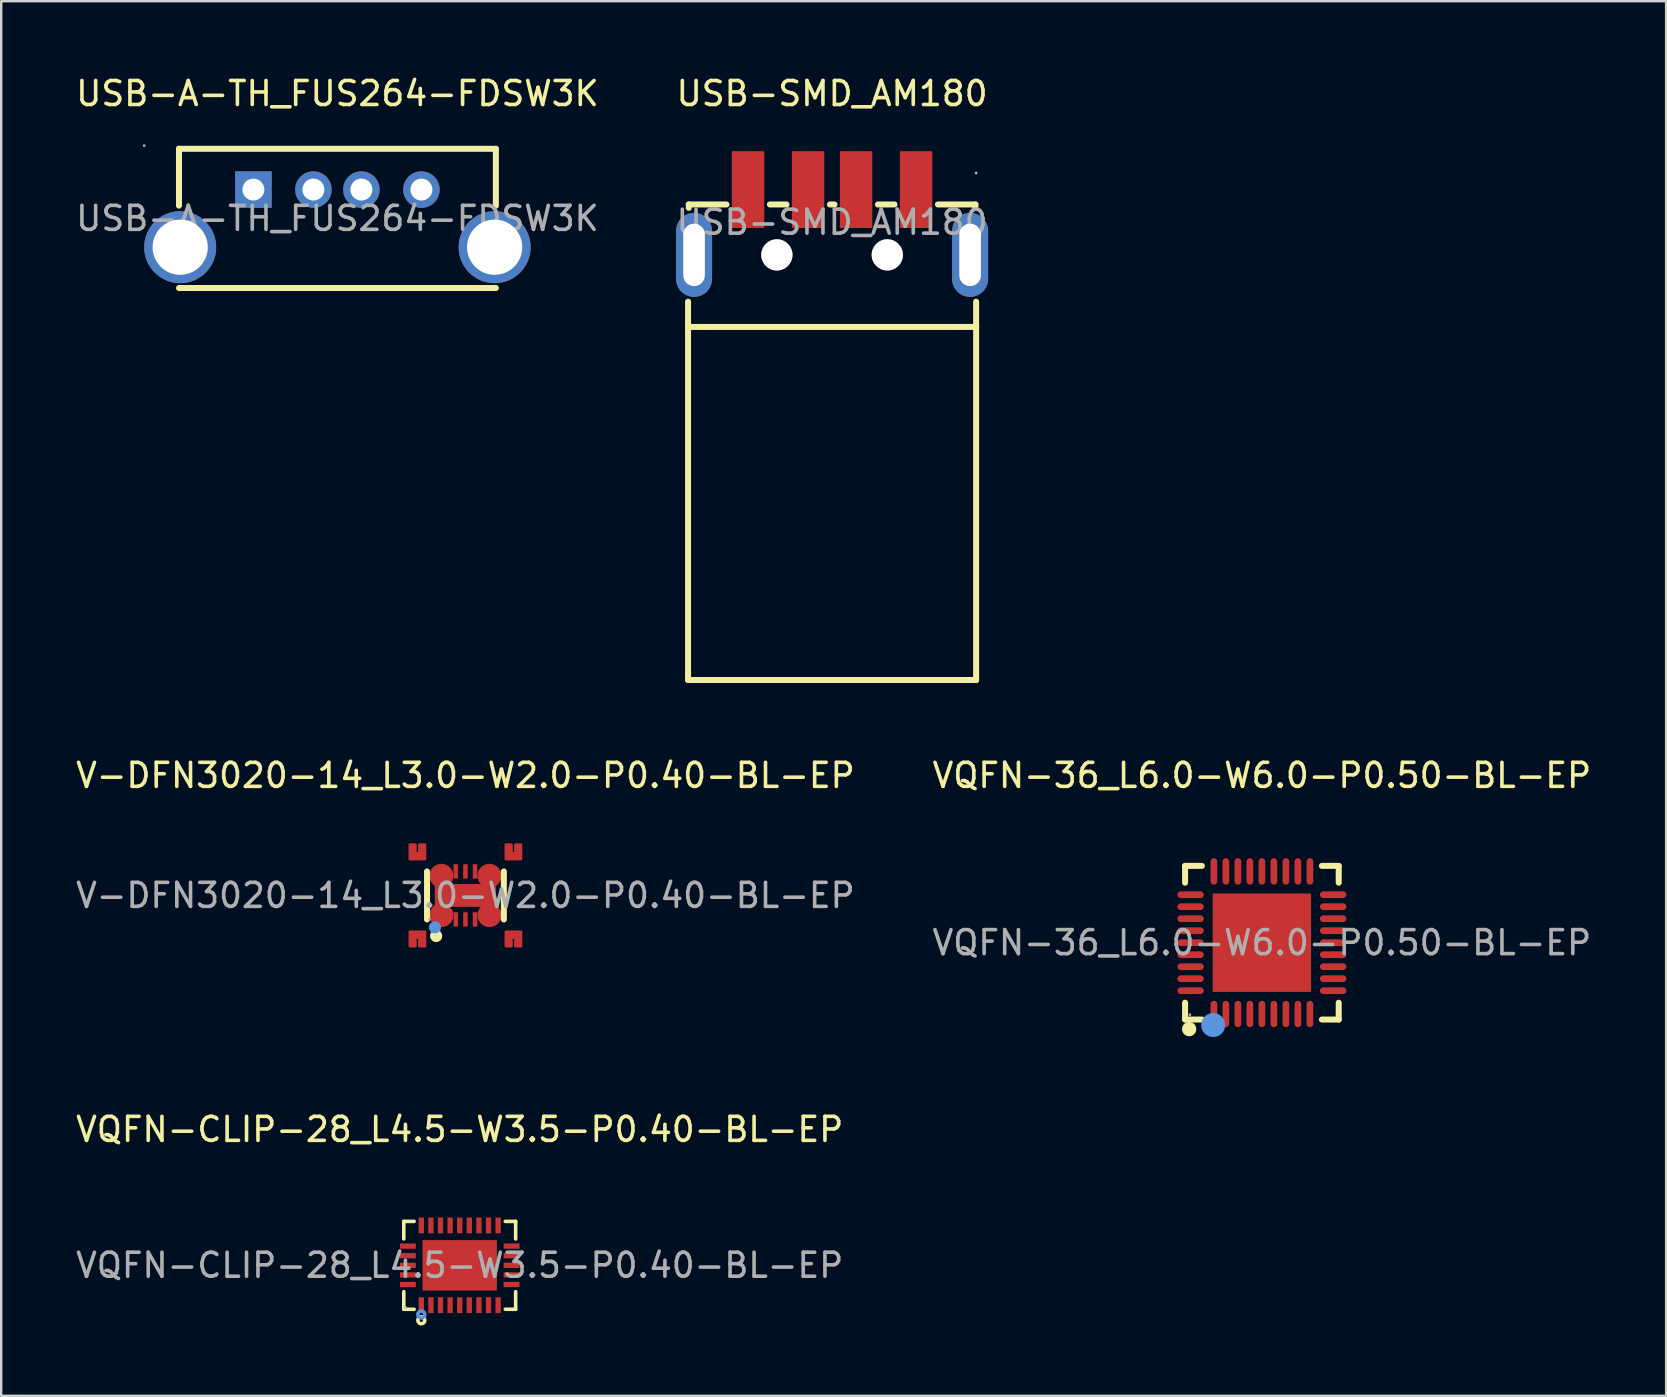
<source format=kicad_pcb>
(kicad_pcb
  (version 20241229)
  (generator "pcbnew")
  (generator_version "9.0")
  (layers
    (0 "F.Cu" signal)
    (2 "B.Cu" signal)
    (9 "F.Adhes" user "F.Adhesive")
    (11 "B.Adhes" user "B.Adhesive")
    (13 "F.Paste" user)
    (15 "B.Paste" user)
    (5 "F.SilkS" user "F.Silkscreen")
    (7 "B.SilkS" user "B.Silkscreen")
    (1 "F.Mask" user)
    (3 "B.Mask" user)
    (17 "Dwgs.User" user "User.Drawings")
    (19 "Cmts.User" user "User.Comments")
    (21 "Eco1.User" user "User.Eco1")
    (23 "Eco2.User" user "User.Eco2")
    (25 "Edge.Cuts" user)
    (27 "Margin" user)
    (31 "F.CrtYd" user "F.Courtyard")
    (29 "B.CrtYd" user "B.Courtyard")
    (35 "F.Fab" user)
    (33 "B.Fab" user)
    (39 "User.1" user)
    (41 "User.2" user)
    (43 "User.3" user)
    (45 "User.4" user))
  (footprint "USB-A-TH_FUS264-FDSW3K"
    (layer "F.Cu")
    (at 11.006 6.048)
    (property "Reference" "USB-A-TH_FUS264-FDSW3K" (at 0 -5.2 0) (layer "F.SilkS") (effects (font (size 1 1) (thickness 0.15))))
    (attr smd)
    (fp_line (start -6.6 -2.9) (end -6.6 -0.53) (stroke (width 0.25) (type solid)) (layer "F.SilkS"))
    (fp_line (start 6.6 -2.9) (end -6.6 -2.9) (stroke (width 0.25) (type solid)) (layer "F.SilkS"))
    (fp_line (start 6.6 -2.9) (end 6.6 -0.53) (stroke (width 0.25) (type solid)) (layer "F.SilkS"))
    (fp_line (start 6.6 2.9) (end -6.6 2.9) (stroke (width 0.25) (type solid)) (layer "F.SilkS"))
    (fp_circle (center -8.05 -3.03) (end -8.02 -3.03) (stroke (width 0.06) (type solid)) (fill no) (layer "F.Fab"))
    (fp_circle (center -6.55 1.2) (end -6.02 1.2) (stroke (width 1.05) (type solid)) (fill no) (layer "F.Fab"))
    (fp_circle (center -3.5 -1.2) (end -3.32 -1.2) (stroke (width 0.36) (type solid)) (fill no) (layer "F.Fab"))
    (fp_circle (center -1 -1.2) (end -0.82 -1.2) (stroke (width 0.36) (type solid)) (fill no) (layer "F.Fab"))
    (fp_circle (center 1 -1.2) (end 1.18 -1.2) (stroke (width 0.36) (type solid)) (fill no) (layer "F.Fab"))
    (fp_circle (center 3.5 -1.2) (end 3.68 -1.2) (stroke (width 0.36) (type solid)) (fill no) (layer "F.Fab"))
    (fp_circle (center 6.55 1.2) (end 7.08 1.2) (stroke (width 1.05) (type solid)) (fill no) (layer "F.Fab"))
    (fp_text user "${REFERENCE}" (at 0 0 0) (layer "F.Fab") (effects (font (size 1 1) (thickness 0.15))))
    (pad "1" thru_hole rect (at -3.5 -1.2) (size 1.52 1.52) (drill 0.914) (layers "*.Cu" "*.Paste" "*.Mask"))
    (pad "2" thru_hole circle (at -1 -1.2) (size 1.52 1.52) (drill 0.914) (layers "*.Cu" "*.Paste" "*.Mask"))
    (pad "3" thru_hole circle (at 1 -1.2) (size 1.52 1.52) (drill 0.914) (layers "*.Cu" "*.Paste" "*.Mask"))
    (pad "4" thru_hole circle (at 3.5 -1.2) (size 1.52 1.52) (drill 0.914) (layers "*.Cu" "*.Paste" "*.Mask"))
    (pad "5" thru_hole circle (at -6.55 1.2) (size 3 3) (drill 2.3) (layers "*.Cu" "*.Paste" "*.Mask"))
    (pad "6" thru_hole circle (at 6.55 1.2) (size 3 3) (drill 2.3) (layers "*.Cu" "*.Paste" "*.Mask")))
  (footprint "V-DFN3020-14_L3.0-W2.0-P0.40-BL-EP"
    (layer "F.Cu")
    (at 16.339 34.252)
    (property "Reference" "V-DFN3020-14_L3.0-W2.0-P0.40-BL-EP" (at 0 -5 0) (layer "F.SilkS") (effects (font (size 1 1) (thickness 0.15))))
    (attr smd)
    (fp_line (start -1.6 -1) (end -1.6 1) (stroke (width 0.25) (type solid)) (layer "F.SilkS"))
    (fp_line (start 1.6 -1) (end 1.6 1) (stroke (width 0.25) (type solid)) (layer "F.SilkS"))
    (fp_circle (center -1.22 1.69) (end -1.09 1.69) (stroke (width 0.25) (type solid)) (fill no) (layer "F.SilkS"))
    (fp_circle (center -1.27 1.33) (end -1.14 1.33) (stroke (width 0.25) (type solid)) (fill no) (layer "Cmts.User"))
    (fp_circle (center -1.5 1) (end -1.47 1) (stroke (width 0.06) (type solid)) (fill no) (layer "F.Fab"))
    (fp_text user "${REFERENCE}" (at 0 0 0) (layer "F.Fab") (effects (font (size 1 1) (thickness 0.15))))
    (pad "1" smd custom (at -1 0.82) (size 1 1) (layers "F.Cu" "F.Mask" "F.Paste") (options (anchor circle)) (primitives (gr_poly (pts (xy -1.32 0.69) (xy -1.32 1.3) (xy -1.08 1.3) (xy -1.08 0.94) (xy -0.92 0.94) (xy -0.92 1.3) (xy -0.68 1.3) (xy -0.68 0.7) (xy -0.68 0.69)) (width 0.1) (fill yes))))
    (pad "3" smd rect (at -0.4 1) (size 0.19 0.6) (layers "F.Cu" "F.Mask" "F.Paste"))
    (pad "4" smd rect (at 0 1) (size 0.19 0.6) (layers "F.Cu" "F.Mask" "F.Paste"))
    (pad "5" smd rect (at 0.4 1) (size 0.19 0.6) (layers "F.Cu" "F.Mask" "F.Paste"))
    (pad "6" smd custom (at 1 0.82) (size 1 1) (layers "F.Cu" "F.Mask" "F.Paste") (options (anchor circle)) (primitives (gr_poly (pts (xy 0.68 0.69) (xy 0.68 0.94) (xy 0.68 1.3) (xy 0.92 1.3) (xy 0.92 0.94) (xy 1.08 0.94) (xy 1.08 1.3) (xy 1.32 1.3) (xy 1.32 0.7) (xy 1.32 0.69)) (width 0.1) (fill yes))))
    (pad "8" smd custom (at 1 -0.82) (size 1 1) (layers "F.Cu" "F.Mask" "F.Paste") (options (anchor circle)) (primitives (gr_poly (pts (xy 1.08 -1.3) (xy 1.08 -0.94) (xy 0.92 -0.94) (xy 0.92 -1.3) (xy 0.68 -1.3) (xy 0.68 -0.94) (xy 0.68 -0.69) (xy 1.32 -0.69) (xy 1.32 -0.7) (xy 1.32 -1.3)) (width 0.1) (fill yes))))
    (pad "10" smd rect (at 0.4 -1) (size 0.19 0.6) (layers "F.Cu" "F.Mask" "F.Paste"))
    (pad "11" smd rect (at 0 -1) (size 0.19 0.6) (layers "F.Cu" "F.Mask" "F.Paste"))
    (pad "12" smd rect (at -0.4 -1) (size 0.19 0.6) (layers "F.Cu" "F.Mask" "F.Paste"))
    (pad "14" smd custom (at -1 -0.82) (size 1 1) (layers "F.Cu" "F.Mask" "F.Paste") (options (anchor circle)) (primitives (gr_poly (pts (xy -0.92 -1.3) (xy -0.92 -0.94) (xy -1.08 -0.94) (xy -1.08 -1.3) (xy -1.32 -1.3) (xy -1.32 -0.7) (xy -1.32 -0.69) (xy -0.68 -0.69) (xy -0.68 -0.94) (xy -0.68 -1.3)) (width 0.1) (fill yes))))
    (pad "15" smd rect (at 0 0 90) (size 0.95 2.55) (layers "F.Cu" "F.Mask" "F.Paste")))
  (footprint "VQFN-36_L6.0-W6.0-P0.50-BL-EP"
    (layer "F.Cu")
    (at 49.518 36.221)
    (property "Reference" "VQFN-36_L6.0-W6.0-P0.50-BL-EP" (at 0 -6.97 0) (layer "F.SilkS") (effects (font (size 1 1) (thickness 0.15))))
    (attr smd)
    (fp_line (start -3.2 -3.2) (end -2.5 -3.2) (stroke (width 0.25) (type solid)) (layer "F.SilkS"))
    (fp_line (start -3.2 -2.5) (end -3.2 -3.2) (stroke (width 0.25) (type solid)) (layer "F.SilkS"))
    (fp_line (start -3.2 3.2) (end -3.2 2.5) (stroke (width 0.25) (type solid)) (layer "F.SilkS"))
    (fp_line (start -2.5 3.2) (end -3.2 3.2) (stroke (width 0.25) (type solid)) (layer "F.SilkS"))
    (fp_line (start 3.2 -3.2) (end 2.5 -3.2) (stroke (width 0.25) (type solid)) (layer "F.SilkS"))
    (fp_line (start 3.2 -2.5) (end 3.2 -3.2) (stroke (width 0.25) (type solid)) (layer "F.SilkS"))
    (fp_line (start 3.2 2.5) (end 3.2 3.2) (stroke (width 0.25) (type solid)) (layer "F.SilkS"))
    (fp_line (start 3.2 3.2) (end 2.5 3.2) (stroke (width 0.25) (type solid)) (layer "F.SilkS"))
    (fp_arc (start -3.03 3.6) (mid -3.03 3.6) (end -3.03 3.6) (stroke (width 0.3) (type solid)) (layer "F.SilkS"))
    (fp_circle (center -2.03 3.43) (end -1.78 3.43) (stroke (width 0.5) (type solid)) (fill no) (layer "Cmts.User"))
    (fp_circle (center -3 3) (end -2.97 3) (stroke (width 0.06) (type solid)) (fill no) (layer "F.Fab"))
    (fp_text user "${REFERENCE}" (at 0 0 0) (layer "F.Fab") (effects (font (size 1 1) (thickness 0.15))))
    (pad "1" smd oval (at -2 2.97) (size 0.28 1.1) (layers "F.Cu" "F.Mask" "F.Paste"))
    (pad "2" smd oval (at -1.5 2.97) (size 0.28 1.1) (layers "F.Cu" "F.Mask" "F.Paste"))
    (pad "3" smd oval (at -1 2.97) (size 0.28 1.1) (layers "F.Cu" "F.Mask" "F.Paste"))
    (pad "4" smd oval (at -0.5 2.97) (size 0.28 1.1) (layers "F.Cu" "F.Mask" "F.Paste"))
    (pad "5" smd oval (at 0 2.97) (size 0.28 1.1) (layers "F.Cu" "F.Mask" "F.Paste"))
    (pad "6" smd oval (at 0.5 2.97) (size 0.28 1.1) (layers "F.Cu" "F.Mask" "F.Paste"))
    (pad "7" smd oval (at 1 2.97) (size 0.28 1.1) (layers "F.Cu" "F.Mask" "F.Paste"))
    (pad "8" smd oval (at 1.5 2.97) (size 0.28 1.1) (layers "F.Cu" "F.Mask" "F.Paste"))
    (pad "9" smd oval (at 2 2.97) (size 0.28 1.1) (layers "F.Cu" "F.Mask" "F.Paste"))
    (pad "10" smd oval (at 2.97 2 90) (size 0.28 1.1) (layers "F.Cu" "F.Mask" "F.Paste"))
    (pad "11" smd oval (at 2.97 1.5 90) (size 0.28 1.1) (layers "F.Cu" "F.Mask" "F.Paste"))
    (pad "12" smd oval (at 2.97 1 90) (size 0.28 1.1) (layers "F.Cu" "F.Mask" "F.Paste"))
    (pad "13" smd oval (at 2.97 0.5 90) (size 0.28 1.1) (layers "F.Cu" "F.Mask" "F.Paste"))
    (pad "14" smd oval (at 2.97 0 90) (size 0.28 1.1) (layers "F.Cu" "F.Mask" "F.Paste"))
    (pad "15" smd oval (at 2.97 -0.5 90) (size 0.28 1.1) (layers "F.Cu" "F.Mask" "F.Paste"))
    (pad "16" smd oval (at 2.97 -1 90) (size 0.28 1.1) (layers "F.Cu" "F.Mask" "F.Paste"))
    (pad "17" smd oval (at 2.97 -1.5 90) (size 0.28 1.1) (layers "F.Cu" "F.Mask" "F.Paste"))
    (pad "18" smd oval (at 2.97 -2 90) (size 0.28 1.1) (layers "F.Cu" "F.Mask" "F.Paste"))
    (pad "19" smd oval (at 2 -2.97 180) (size 0.28 1.1) (layers "F.Cu" "F.Mask" "F.Paste"))
    (pad "20" smd oval (at 1.5 -2.97 180) (size 0.28 1.1) (layers "F.Cu" "F.Mask" "F.Paste"))
    (pad "21" smd oval (at 1 -2.97 180) (size 0.28 1.1) (layers "F.Cu" "F.Mask" "F.Paste"))
    (pad "22" smd oval (at 0.5 -2.97 180) (size 0.28 1.1) (layers "F.Cu" "F.Mask" "F.Paste"))
    (pad "23" smd oval (at 0 -2.97 180) (size 0.28 1.1) (layers "F.Cu" "F.Mask" "F.Paste"))
    (pad "24" smd oval (at -0.5 -2.97 180) (size 0.28 1.1) (layers "F.Cu" "F.Mask" "F.Paste"))
    (pad "25" smd oval (at -1 -2.97 180) (size 0.28 1.1) (layers "F.Cu" "F.Mask" "F.Paste"))
    (pad "26" smd oval (at -1.5 -2.97 180) (size 0.28 1.1) (layers "F.Cu" "F.Mask" "F.Paste"))
    (pad "27" smd oval (at -2 -2.97 180) (size 0.28 1.1) (layers "F.Cu" "F.Mask" "F.Paste"))
    (pad "28" smd oval (at -2.97 -2 270) (size 0.28 1.1) (layers "F.Cu" "F.Mask" "F.Paste"))
    (pad "29" smd oval (at -2.97 -1.5 270) (size 0.28 1.1) (layers "F.Cu" "F.Mask" "F.Paste"))
    (pad "30" smd oval (at -2.97 -1 270) (size 0.28 1.1) (layers "F.Cu" "F.Mask" "F.Paste"))
    (pad "31" smd oval (at -2.97 -0.5 270) (size 0.28 1.1) (layers "F.Cu" "F.Mask" "F.Paste"))
    (pad "32" smd oval (at -2.97 0 270) (size 0.28 1.1) (layers "F.Cu" "F.Mask" "F.Paste"))
    (pad "33" smd oval (at -2.97 0.5 270) (size 0.28 1.1) (layers "F.Cu" "F.Mask" "F.Paste"))
    (pad "34" smd oval (at -2.97 1 270) (size 0.28 1.1) (layers "F.Cu" "F.Mask" "F.Paste"))
    (pad "35" smd oval (at -2.97 1.5 270) (size 0.28 1.1) (layers "F.Cu" "F.Mask" "F.Paste"))
    (pad "36" smd oval (at -2.97 2 270) (size 0.28 1.1) (layers "F.Cu" "F.Mask" "F.Paste"))
    (pad "37" smd rect (at 0 0) (size 4.1 4.1) (layers "F.Cu" "F.Mask" "F.Paste")))
  (footprint "VQFN-CLIP-28_L4.5-W3.5-P0.40-BL-EP"
    (layer "F.Cu")
    (at 16.101 49.66)
    (property "Reference" "VQFN-CLIP-28_L4.5-W3.5-P0.40-BL-EP" (at 0 -5.66 0) (layer "F.SilkS") (effects (font (size 1 1) (thickness 0.15))))
    (attr smd)
    (fp_line (start -2.33 -1.83) (end -1.9 -1.83) (stroke (width 0.15) (type solid)) (layer "F.SilkS"))
    (fp_line (start -2.33 -1.1) (end -2.33 -1.83) (stroke (width 0.15) (type solid)) (layer "F.SilkS"))
    (fp_line (start -2.33 1.1) (end -2.33 1.83) (stroke (width 0.15) (type solid)) (layer "F.SilkS"))
    (fp_line (start -2.33 1.83) (end -1.9 1.83) (stroke (width 0.15) (type solid)) (layer "F.SilkS"))
    (fp_line (start 2.33 -1.83) (end 1.9 -1.83) (stroke (width 0.15) (type solid)) (layer "F.SilkS"))
    (fp_line (start 2.33 -1.1) (end 2.33 -1.83) (stroke (width 0.15) (type solid)) (layer "F.SilkS"))
    (fp_line (start 2.33 1.1) (end 2.33 1.83) (stroke (width 0.15) (type solid)) (layer "F.SilkS"))
    (fp_line (start 2.33 1.83) (end 1.9 1.83) (stroke (width 0.15) (type solid)) (layer "F.SilkS"))
    (fp_circle (center -1.6 2.29) (end -1.53 2.29) (stroke (width 0.15) (type solid)) (fill no) (layer "F.SilkS"))
    (fp_circle (center -1.6 2.05) (end -1.53 2.05) (stroke (width 0.15) (type solid)) (fill no) (layer "Cmts.User"))
    (fp_circle (center -2.25 1.75) (end -2.22 1.75) (stroke (width 0.06) (type solid)) (fill no) (layer "F.Fab"))
    (fp_text user "${REFERENCE}" (at 0 0 0) (layer "F.Fab") (effects (font (size 1 1) (thickness 0.15))))
    (pad "1" smd rect (at -1.6 1.66) (size 0.22 0.66) (layers "F.Cu" "F.Mask" "F.Paste"))
    (pad "2" smd rect (at -1.2 1.66) (size 0.22 0.66) (layers "F.Cu" "F.Mask" "F.Paste"))
    (pad "3" smd rect (at -0.8 1.66) (size 0.22 0.66) (layers "F.Cu" "F.Mask" "F.Paste"))
    (pad "4" smd rect (at -0.4 1.66) (size 0.22 0.66) (layers "F.Cu" "F.Mask" "F.Paste"))
    (pad "5" smd rect (at 0 1.66) (size 0.22 0.66) (layers "F.Cu" "F.Mask" "F.Paste"))
    (pad "6" smd rect (at 0.4 1.66) (size 0.22 0.66) (layers "F.Cu" "F.Mask" "F.Paste"))
    (pad "7" smd rect (at 0.8 1.66) (size 0.22 0.66) (layers "F.Cu" "F.Mask" "F.Paste"))
    (pad "8" smd rect (at 1.2 1.66) (size 0.22 0.66) (layers "F.Cu" "F.Mask" "F.Paste"))
    (pad "9" smd rect (at 1.6 1.66) (size 0.22 0.66) (layers "F.Cu" "F.Mask" "F.Paste"))
    (pad "10" smd rect (at 2.16 0.8) (size 0.66 0.22) (layers "F.Cu" "F.Mask" "F.Paste"))
    (pad "11" smd rect (at 2.16 0.4) (size 0.66 0.22) (layers "F.Cu" "F.Mask" "F.Paste"))
    (pad "12" smd rect (at 2.16 0) (size 0.66 0.22) (layers "F.Cu" "F.Mask" "F.Paste"))
    (pad "13" smd rect (at 2.16 -0.4) (size 0.66 0.22) (layers "F.Cu" "F.Mask" "F.Paste"))
    (pad "14" smd rect (at 2.16 -0.8) (size 0.66 0.22) (layers "F.Cu" "F.Mask" "F.Paste"))
    (pad "15" smd rect (at 1.6 -1.66) (size 0.22 0.66) (layers "F.Cu" "F.Mask" "F.Paste"))
    (pad "16" smd rect (at 1.2 -1.66) (size 0.22 0.66) (layers "F.Cu" "F.Mask" "F.Paste"))
    (pad "17" smd rect (at 0.8 -1.66) (size 0.22 0.66) (layers "F.Cu" "F.Mask" "F.Paste"))
    (pad "18" smd rect (at 0.4 -1.66) (size 0.22 0.66) (layers "F.Cu" "F.Mask" "F.Paste"))
    (pad "19" smd rect (at 0 -1.66) (size 0.22 0.66) (layers "F.Cu" "F.Mask" "F.Paste"))
    (pad "20" smd rect (at -0.4 -1.66) (size 0.22 0.66) (layers "F.Cu" "F.Mask" "F.Paste"))
    (pad "21" smd rect (at -0.8 -1.66) (size 0.22 0.66) (layers "F.Cu" "F.Mask" "F.Paste"))
    (pad "22" smd rect (at -1.2 -1.66) (size 0.22 0.66) (layers "F.Cu" "F.Mask" "F.Paste"))
    (pad "23" smd rect (at -1.6 -1.66) (size 0.22 0.66) (layers "F.Cu" "F.Mask" "F.Paste"))
    (pad "24" smd rect (at -2.16 -0.8) (size 0.66 0.22) (layers "F.Cu" "F.Mask" "F.Paste"))
    (pad "25" smd rect (at -2.16 -0.4) (size 0.66 0.22) (layers "F.Cu" "F.Mask" "F.Paste"))
    (pad "26" smd rect (at -2.16 0) (size 0.66 0.22) (layers "F.Cu" "F.Mask" "F.Paste"))
    (pad "27" smd rect (at -2.16 0.4) (size 0.66 0.22) (layers "F.Cu" "F.Mask" "F.Paste"))
    (pad "28" smd rect (at -2.16 0.8) (size 0.66 0.22) (layers "F.Cu" "F.Mask" "F.Paste"))
    (pad "29" smd rect (at 0 0) (size 3.1 2.1) (layers "F.Cu" "F.Mask" "F.Paste")))
  (footprint "USB-SMD_AM180"
    (layer "F.Cu")
    (at 31.613 6.208)
    (property "Reference" "USB-SMD_AM180" (at 0 -5.36 0) (layer "F.SilkS") (effects (font (size 1 1) (thickness 0.15))))
    (attr smd)
    (fp_line (start -6 4.36) (end -6 3.31) (stroke (width 0.25) (type solid)) (layer "F.SilkS"))
    (fp_line (start -6 4.36) (end -6 19.07) (stroke (width 0.25) (type solid)) (layer "F.SilkS"))
    (fp_line (start -5.97 -0.74) (end -5.97 -0.6) (stroke (width 0.25) (type solid)) (layer "F.SilkS"))
    (fp_line (start -5.97 -0.74) (end -4.4 -0.74) (stroke (width 0.25) (type solid)) (layer "F.SilkS"))
    (fp_line (start -2.59 -0.74) (end -1.9 -0.74) (stroke (width 0.25) (type solid)) (layer "F.SilkS"))
    (fp_line (start -0.09 -0.74) (end 0.1 -0.74) (stroke (width 0.25) (type solid)) (layer "F.SilkS"))
    (fp_line (start 1.91 -0.74) (end 2.6 -0.74) (stroke (width 0.25) (type solid)) (layer "F.SilkS"))
    (fp_line (start 4.41 -0.74) (end 5.97 -0.74) (stroke (width 0.25) (type solid)) (layer "F.SilkS"))
    (fp_line (start 5.97 -0.74) (end 5.97 -0.61) (stroke (width 0.25) (type solid)) (layer "F.SilkS"))
    (fp_line (start 6 4.36) (end -6 4.36) (stroke (width 0.25) (type solid)) (layer "F.SilkS"))
    (fp_line (start 6 4.36) (end 6 3.31) (stroke (width 0.25) (type solid)) (layer "F.SilkS"))
    (fp_line (start 6 4.36) (end 6 19.07) (stroke (width 0.25) (type solid)) (layer "F.SilkS"))
    (fp_line (start 6 19.07) (end -6 19.07) (stroke (width 0.25) (type solid)) (layer "F.SilkS"))
    (fp_circle (center -2.3 1.36) (end -2.05 1.36) (stroke (width 0.5) (type solid)) (fill no) (layer "F.Fab"))
    (fp_circle (center 2.3 1.36) (end 2.55 1.36) (stroke (width 0.5) (type solid)) (fill no) (layer "F.Fab"))
    (fp_circle (center 6 -2.05) (end 6.03 -2.05) (stroke (width 0.06) (type solid)) (fill no) (layer "F.Fab"))
    (fp_text user "${REFERENCE}" (at 0 0 0) (layer "F.Fab") (effects (font (size 1 1) (thickness 0.15))))
    (pad "" thru_hole circle (at -2.3 1.36) (size 1.3 1.3) (drill 1.3) (layers "*.Cu" "*.Mask"))
    (pad "" thru_hole circle (at 2.3 1.36) (size 1.3 1.3) (drill 1.3) (layers "*.Cu" "*.Mask"))
    (pad "1" smd rect (at 3.5 -1.36) (size 1.35 3.2) (layers "F.Cu" "F.Mask" "F.Paste"))
    (pad "2" smd rect (at 1 -1.36) (size 1.35 3.2) (layers "F.Cu" "F.Mask" "F.Paste"))
    (pad "3" smd rect (at -1 -1.36) (size 1.35 3.2) (layers "F.Cu" "F.Mask" "F.Paste"))
    (pad "4" smd rect (at -3.5 -1.36) (size 1.35 3.2) (layers "F.Cu" "F.Mask" "F.Paste"))
    (pad "5" thru_hole oval (at -5.75 1.36) (size 1.5 3.5) (drill oval 0.9 2.6) (layers "*.Cu" "*.Paste" "*.Mask"))
    (pad "5" thru_hole oval (at 5.75 1.36) (size 1.5 3.5) (drill oval 0.9 2.6) (layers "*.Cu" "*.Paste" "*.Mask")))
  (gr_rect
    (start -3 -3)
    (end 66.357 55.095)
    (stroke (width 0.1) (type default))
    (fill no)
    (layer "Edge.Cuts")))
</source>
